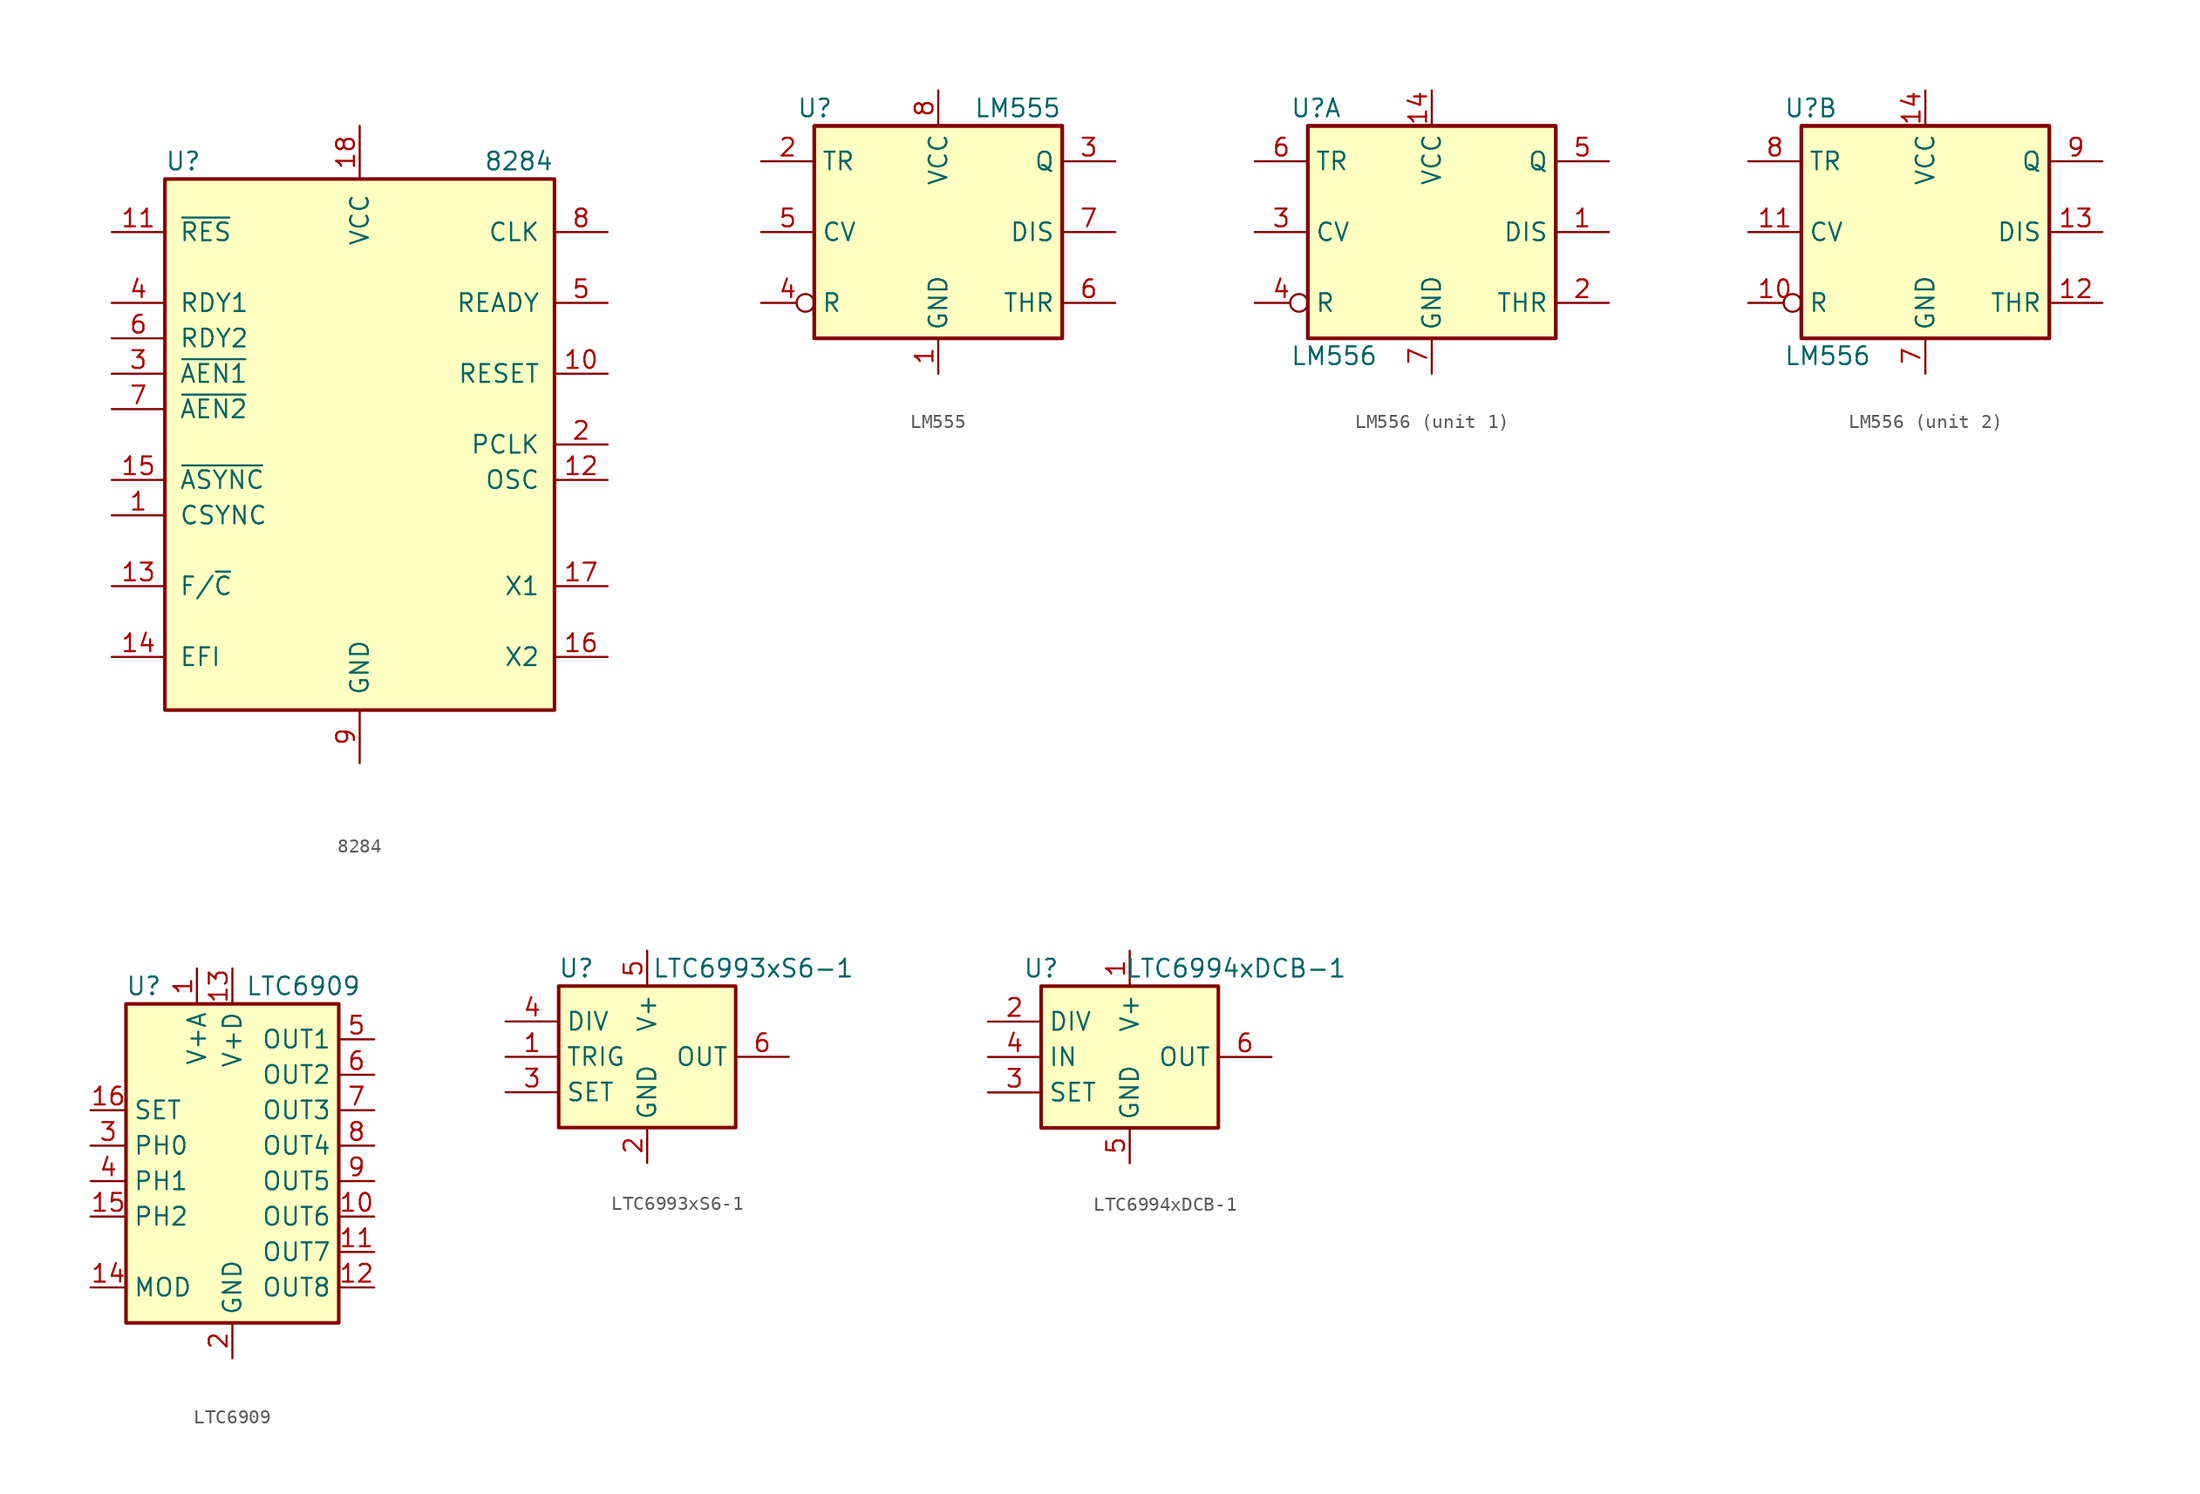
<source format=kicad_sym>
(kicad_symbol_lib
  (version 20201005)
  (generator kicad_symbol_editor)
  (symbol "8284"
    (pin_names
      (offset 1.016))
    (property "Reference" "U"
      (at -13.97 20.32 0)
      (effects (font (size 1.27 1.27)) (justify left)))
    (property "Value" "8284"
      (at 8.89 20.32 0)
      (effects (font (size 1.27 1.27)) (justify left)))
    (symbol "8284_0_0"
      (rectangle (start -13.97 -19.05) (end 13.97 19.05) (stroke (width 0.254)) (fill (type background))))
    (symbol "8284_1_1"
      (pin input line (at -17.78 -5.08 0) (length 3.81) (name "CSYNC" (effects (font (size 1.27 1.27)))) (number "1" (effects (font (size 1.27 1.27)))))
      (pin output line (at 17.78 5.08 180) (length 3.81) (name "RESET" (effects (font (size 1.27 1.27)))) (number "10" (effects (font (size 1.27 1.27)))))
      (pin input line (at -17.78 15.24 0) (length 3.81) (name "~RES~" (effects (font (size 1.27 1.27)))) (number "11" (effects (font (size 1.27 1.27)))))
      (pin output line (at 17.78 -2.54 180) (length 3.81) (name "OSC" (effects (font (size 1.27 1.27)))) (number "12" (effects (font (size 1.27 1.27)))))
      (pin input line (at -17.78 -10.16 0) (length 3.81) (name "F/~C~" (effects (font (size 1.27 1.27)))) (number "13" (effects (font (size 1.27 1.27)))))
      (pin input line (at -17.78 -15.24 0) (length 3.81) (name "EFI" (effects (font (size 1.27 1.27)))) (number "14" (effects (font (size 1.27 1.27)))))
      (pin input line (at -17.78 -2.54 0) (length 3.81) (name "~ASYNC~" (effects (font (size 1.27 1.27)))) (number "15" (effects (font (size 1.27 1.27)))))
      (pin output line (at 17.78 -15.24 180) (length 3.81) (name "X2" (effects (font (size 1.27 1.27)))) (number "16" (effects (font (size 1.27 1.27)))))
      (pin input line (at 17.78 -10.16 180) (length 3.81) (name "X1" (effects (font (size 1.27 1.27)))) (number "17" (effects (font (size 1.27 1.27)))))
      (pin power_in line (at 0 22.86 270) (length 3.81) (name "VCC" (effects (font (size 1.27 1.27)))) (number "18" (effects (font (size 1.27 1.27)))))
      (pin output line (at 17.78 0 180) (length 3.81) (name "PCLK" (effects (font (size 1.27 1.27)))) (number "2" (effects (font (size 1.27 1.27)))))
      (pin input line (at -17.78 5.08 0) (length 3.81) (name "~AEN1~" (effects (font (size 1.27 1.27)))) (number "3" (effects (font (size 1.27 1.27)))))
      (pin input line (at -17.78 10.16 0) (length 3.81) (name "RDY1" (effects (font (size 1.27 1.27)))) (number "4" (effects (font (size 1.27 1.27)))))
      (pin output line (at 17.78 10.16 180) (length 3.81) (name "READY" (effects (font (size 1.27 1.27)))) (number "5" (effects (font (size 1.27 1.27)))))
      (pin input line (at -17.78 7.62 0) (length 3.81) (name "RDY2" (effects (font (size 1.27 1.27)))) (number "6" (effects (font (size 1.27 1.27)))))
      (pin input line (at -17.78 2.54 0) (length 3.81) (name "~AEN2~" (effects (font (size 1.27 1.27)))) (number "7" (effects (font (size 1.27 1.27)))))
      (pin output line (at 17.78 15.24 180) (length 3.81) (name "CLK" (effects (font (size 1.27 1.27)))) (number "8" (effects (font (size 1.27 1.27)))))
      (pin power_in line (at 0 -22.86 90) (length 3.81) (name "GND" (effects (font (size 1.27 1.27)))) (number "9" (effects (font (size 1.27 1.27)))))))
  (symbol "LM555"
    (property "Reference" "U"
      (at -10.16 8.89 0)
      (effects (font (size 1.27 1.27)) (justify left)))
    (property "Value" "LM555"
      (at 2.54 8.89 0)
      (effects (font (size 1.27 1.27)) (justify left)))
    (symbol "LM555_0_0"
      (pin power_in line (at 0 -10.16 90) (length 2.54) (name "GND" (effects (font (size 1.27 1.27)))) (number "1" (effects (font (size 1.27 1.27)))))
      (pin power_in line (at 0 10.16 270) (length 2.54) (name "VCC" (effects (font (size 1.27 1.27)))) (number "8" (effects (font (size 1.27 1.27))))))
    (symbol "LM555_0_1"
      (rectangle (start -8.89 -7.62) (end 8.89 7.62) (stroke (width 0.254)) (fill (type background)))
      (rectangle (start -8.89 -7.62) (end 8.89 7.62) (stroke (width 0.254)) (fill (type background))))
    (symbol "LM555_1_1"
      (pin input line (at -12.7 5.08 0) (length 3.81) (name "TR" (effects (font (size 1.27 1.27)))) (number "2" (effects (font (size 1.27 1.27)))))
      (pin output line (at 12.7 5.08 180) (length 3.81) (name "Q" (effects (font (size 1.27 1.27)))) (number "3" (effects (font (size 1.27 1.27)))))
      (pin input inverted (at -12.7 -5.08 0) (length 3.81) (name "R" (effects (font (size 1.27 1.27)))) (number "4" (effects (font (size 1.27 1.27)))))
      (pin input line (at -12.7 0 0) (length 3.81) (name "CV" (effects (font (size 1.27 1.27)))) (number "5" (effects (font (size 1.27 1.27)))))
      (pin input line (at 12.7 -5.08 180) (length 3.81) (name "THR" (effects (font (size 1.27 1.27)))) (number "6" (effects (font (size 1.27 1.27)))))
      (pin input line (at 12.7 0 180) (length 3.81) (name "DIS" (effects (font (size 1.27 1.27)))) (number "7" (effects (font (size 1.27 1.27)))))))
  (symbol "LM556"
    (property "Reference" "U"
      (at -10.16 8.89 0)
      (effects (font (size 1.27 1.27)) (justify left)))
    (property "Value" "LM556"
      (at -10.16 -8.89 0)
      (effects (font (size 1.27 1.27)) (justify left)))
    (symbol "LM556_0_0"
      (pin power_in line (at 0 10.16 270) (length 2.54) (name "VCC" (effects (font (size 1.27 1.27)))) (number "14" (effects (font (size 1.27 1.27)))))
      (pin power_in line (at 0 -10.16 90) (length 2.54) (name "GND" (effects (font (size 1.27 1.27)))) (number "7" (effects (font (size 1.27 1.27))))))
    (symbol "LM556_0_1"
      (rectangle (start -8.89 -7.62) (end 8.89 7.62) (stroke (width 0.254)) (fill (type background)))
      (rectangle (start -8.89 -7.62) (end 8.89 7.62) (stroke (width 0.254)) (fill (type background))))
    (symbol "LM556_1_1"
      (pin input line (at 12.7 0 180) (length 3.81) (name "DIS" (effects (font (size 1.27 1.27)))) (number "1" (effects (font (size 1.27 1.27)))))
      (pin input line (at 12.7 -5.08 180) (length 3.81) (name "THR" (effects (font (size 1.27 1.27)))) (number "2" (effects (font (size 1.27 1.27)))))
      (pin input line (at -12.7 0 0) (length 3.81) (name "CV" (effects (font (size 1.27 1.27)))) (number "3" (effects (font (size 1.27 1.27)))))
      (pin input inverted (at -12.7 -5.08 0) (length 3.81) (name "R" (effects (font (size 1.27 1.27)))) (number "4" (effects (font (size 1.27 1.27)))))
      (pin output line (at 12.7 5.08 180) (length 3.81) (name "Q" (effects (font (size 1.27 1.27)))) (number "5" (effects (font (size 1.27 1.27)))))
      (pin input line (at -12.7 5.08 0) (length 3.81) (name "TR" (effects (font (size 1.27 1.27)))) (number "6" (effects (font (size 1.27 1.27))))))
    (symbol "LM556_2_1"
      (pin input inverted (at -12.7 -5.08 0) (length 3.81) (name "R" (effects (font (size 1.27 1.27)))) (number "10" (effects (font (size 1.27 1.27)))))
      (pin input line (at -12.7 0 0) (length 3.81) (name "CV" (effects (font (size 1.27 1.27)))) (number "11" (effects (font (size 1.27 1.27)))))
      (pin input line (at 12.7 -5.08 180) (length 3.81) (name "THR" (effects (font (size 1.27 1.27)))) (number "12" (effects (font (size 1.27 1.27)))))
      (pin input line (at 12.7 0 180) (length 3.81) (name "DIS" (effects (font (size 1.27 1.27)))) (number "13" (effects (font (size 1.27 1.27)))))
      (pin input line (at -12.7 5.08 0) (length 3.81) (name "TR" (effects (font (size 1.27 1.27)))) (number "8" (effects (font (size 1.27 1.27)))))
      (pin output line (at 12.7 5.08 180) (length 3.81) (name "Q" (effects (font (size 1.27 1.27)))) (number "9" (effects (font (size 1.27 1.27)))))))
  (symbol "LTC6909"
    (property "Reference" "U"
      (at -6.35 11.43 0)
      (effects (font (size 1.27 1.27))))
    (property "Value" "LTC6909"
      (at 5.08 11.43 0)
      (effects (font (size 1.27 1.27))))
    (symbol "LTC6909_0_1"
      (rectangle (start -7.62 10.16) (end 7.62 -12.7) (stroke (width 0.254)) (fill (type background))))
    (symbol "LTC6909_1_1"
      (pin power_in line (at -2.54 12.7 270) (length 2.54) (name "V+A" (effects (font (size 1.27 1.27)))) (number "1" (effects (font (size 1.27 1.27)))))
      (pin tri_state line (at 10.16 -5.08 180) (length 2.54) (name "OUT6" (effects (font (size 1.27 1.27)))) (number "10" (effects (font (size 1.27 1.27)))))
      (pin tri_state line (at 10.16 -7.62 180) (length 2.54) (name "OUT7" (effects (font (size 1.27 1.27)))) (number "11" (effects (font (size 1.27 1.27)))))
      (pin tri_state line (at 10.16 -10.16 180) (length 2.54) (name "OUT8" (effects (font (size 1.27 1.27)))) (number "12" (effects (font (size 1.27 1.27)))))
      (pin power_in line (at 0 12.7 270) (length 2.54) (name "V+D" (effects (font (size 1.27 1.27)))) (number "13" (effects (font (size 1.27 1.27)))))
      (pin passive line (at -10.16 -10.16 0) (length 2.54) (name "MOD" (effects (font (size 1.27 1.27)))) (number "14" (effects (font (size 1.27 1.27)))))
      (pin input line (at -10.16 -5.08 0) (length 2.54) (name "PH2" (effects (font (size 1.27 1.27)))) (number "15" (effects (font (size 1.27 1.27)))))
      (pin passive line (at -10.16 2.54 0) (length 2.54) (name "SET" (effects (font (size 1.27 1.27)))) (number "16" (effects (font (size 1.27 1.27)))))
      (pin power_in line (at 0 -15.24 90) (length 2.54) (name "GND" (effects (font (size 1.27 1.27)))) (number "2" (effects (font (size 1.27 1.27)))))
      (pin input line (at -10.16 0 0) (length 2.54) (name "PH0" (effects (font (size 1.27 1.27)))) (number "3" (effects (font (size 1.27 1.27)))))
      (pin input line (at -10.16 -2.54 0) (length 2.54) (name "PH1" (effects (font (size 1.27 1.27)))) (number "4" (effects (font (size 1.27 1.27)))))
      (pin tri_state line (at 10.16 7.62 180) (length 2.54) (name "OUT1" (effects (font (size 1.27 1.27)))) (number "5" (effects (font (size 1.27 1.27)))))
      (pin tri_state line (at 10.16 5.08 180) (length 2.54) (name "OUT2" (effects (font (size 1.27 1.27)))) (number "6" (effects (font (size 1.27 1.27)))))
      (pin tri_state line (at 10.16 2.54 180) (length 2.54) (name "OUT3" (effects (font (size 1.27 1.27)))) (number "7" (effects (font (size 1.27 1.27)))))
      (pin tri_state line (at 10.16 0 180) (length 2.54) (name "OUT4" (effects (font (size 1.27 1.27)))) (number "8" (effects (font (size 1.27 1.27)))))
      (pin tri_state line (at 10.16 -2.54 180) (length 2.54) (name "OUT5" (effects (font (size 1.27 1.27)))) (number "9" (effects (font (size 1.27 1.27)))))))
  (symbol "LTC6993xS6-1"
    (property "Reference" "U"
      (at -5.08 6.35 0)
      (effects (font (size 1.27 1.27))))
    (property "Value" "LTC6993xS6-1"
      (at 7.62 6.35 0)
      (effects (font (size 1.27 1.27))))
    (symbol "LTC6993xS6-1_0_1"
      (rectangle (start -6.35 5.08) (end 6.35 -5.08) (stroke (width 0.254)) (fill (type background))))
    (symbol "LTC6993xS6-1_1_1"
      (pin input line (at -10.16 0 0) (length 3.81) (name "TRIG" (effects (font (size 1.27 1.27)))) (number "1" (effects (font (size 1.27 1.27)))))
      (pin power_in line (at 0 -7.62 90) (length 2.54) (name "GND" (effects (font (size 1.27 1.27)))) (number "2" (effects (font (size 1.27 1.27)))))
      (pin passive line (at -10.16 -2.54 0) (length 3.81) (name "SET" (effects (font (size 1.27 1.27)))) (number "3" (effects (font (size 1.27 1.27)))))
      (pin input line (at -10.16 2.54 0) (length 3.81) (name "DIV" (effects (font (size 1.27 1.27)))) (number "4" (effects (font (size 1.27 1.27)))))
      (pin power_in line (at 0 7.62 270) (length 2.54) (name "V+" (effects (font (size 1.27 1.27)))) (number "5" (effects (font (size 1.27 1.27)))))
      (pin output line (at 10.16 0 180) (length 3.81) (name "OUT" (effects (font (size 1.27 1.27)))) (number "6" (effects (font (size 1.27 1.27)))))))
  (symbol "LTC6994xDCB-1"
    (property "Reference" "U"
      (at -6.35 6.35 0)
      (effects (font (size 1.27 1.27))))
    (property "Value" "LTC6994xDCB-1"
      (at 7.62 6.35 0)
      (effects (font (size 1.27 1.27))))
    (symbol "LTC6994xDCB-1_0_1"
      (rectangle (start -6.35 5.08) (end 6.35 -5.08) (stroke (width 0.254)) (fill (type background))))
    (symbol "LTC6994xDCB-1_1_1"
      (pin power_in line (at 0 7.62 270) (length 2.54) (name "V+" (effects (font (size 1.27 1.27)))) (number "1" (effects (font (size 1.27 1.27)))))
      (pin input line (at -10.16 2.54 0) (length 3.81) (name "DIV" (effects (font (size 1.27 1.27)))) (number "2" (effects (font (size 1.27 1.27)))))
      (pin passive line (at -10.16 -2.54 0) (length 3.81) (name "SET" (effects (font (size 1.27 1.27)))) (number "3" (effects (font (size 1.27 1.27)))))
      (pin input line (at -10.16 0 0) (length 3.81) (name "IN" (effects (font (size 1.27 1.27)))) (number "4" (effects (font (size 1.27 1.27)))))
      (pin power_in line (at 0 -7.62 90) (length 2.54) (name "GND" (effects (font (size 1.27 1.27)))) (number "5" (effects (font (size 1.27 1.27)))))
      (pin output line (at 10.16 0 180) (length 3.81) (name "OUT" (effects (font (size 1.27 1.27)))) (number "6" (effects (font (size 1.27 1.27))))))))
</source>
